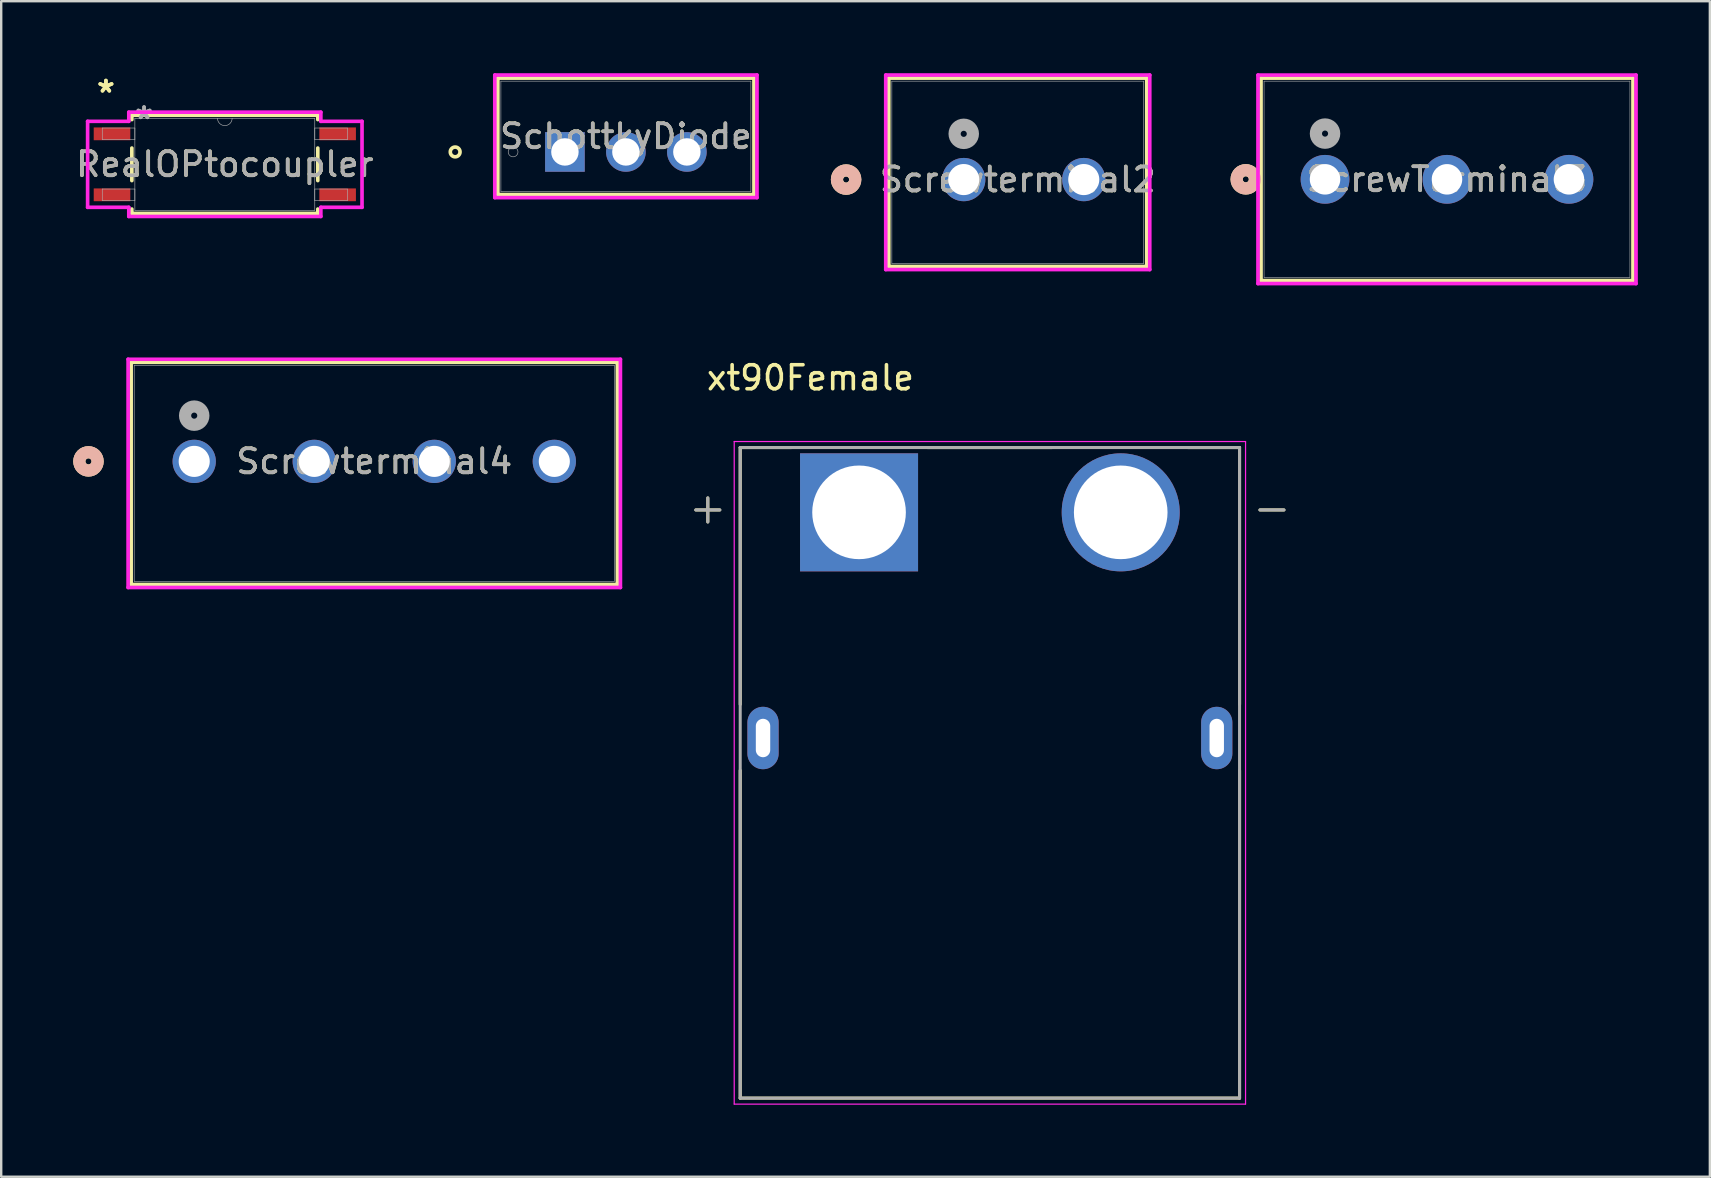
<source format=kicad_pcb>
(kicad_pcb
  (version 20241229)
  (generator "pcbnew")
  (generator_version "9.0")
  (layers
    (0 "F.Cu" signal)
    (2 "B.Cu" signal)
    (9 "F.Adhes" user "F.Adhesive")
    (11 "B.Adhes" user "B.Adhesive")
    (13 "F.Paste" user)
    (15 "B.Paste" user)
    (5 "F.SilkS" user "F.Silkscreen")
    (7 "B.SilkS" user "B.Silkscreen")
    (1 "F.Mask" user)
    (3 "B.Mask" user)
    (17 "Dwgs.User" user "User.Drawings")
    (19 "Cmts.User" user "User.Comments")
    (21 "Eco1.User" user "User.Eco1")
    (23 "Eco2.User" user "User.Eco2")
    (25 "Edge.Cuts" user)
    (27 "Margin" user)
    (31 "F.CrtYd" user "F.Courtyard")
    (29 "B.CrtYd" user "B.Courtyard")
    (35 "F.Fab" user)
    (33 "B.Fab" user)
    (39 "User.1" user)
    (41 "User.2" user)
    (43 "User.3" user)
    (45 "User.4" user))
  (footprint "xt90Female"
    (layer "F.Cu")
    (at 38.184 27.692)
    (property "Reference" "xt90Female" (at -7.475 -15.005 0) (layer "F.SilkS") (effects (font (size 1 1) (thickness 0.15))))
    (attr through_hole)
    (fp_line (start -11.75 -9) (end -11.75 -10) (stroke (width 0.127) (type solid)) (layer "F.SilkS"))
    (fp_line (start -11.25 -9.5) (end -12.25 -9.5) (stroke (width 0.127) (type solid)) (layer "F.SilkS"))
    (fp_line (start -10.4 -12.1) (end -10.4 -1.4) (stroke (width 0.127) (type solid)) (layer "F.SilkS"))
    (fp_line (start -10.4 1.35) (end -10.4 15) (stroke (width 0.127) (type solid)) (layer "F.SilkS"))
    (fp_line (start -10.4 15) (end 10.4 15) (stroke (width 0.127) (type solid)) (layer "F.SilkS"))
    (fp_line (start -8.25 -12.1) (end -10.4 -12.1) (stroke (width 0.127) (type solid)) (layer "F.SilkS"))
    (fp_line (start -2.6 -12.1) (end 2.6 -12.1) (stroke (width 0.127) (type solid)) (layer "F.SilkS"))
    (fp_line (start 10.4 -12.1) (end 8.25 -12.1) (stroke (width 0.127) (type solid)) (layer "F.SilkS"))
    (fp_line (start 10.4 -1.4) (end 10.4 -12.1) (stroke (width 0.127) (type solid)) (layer "F.SilkS"))
    (fp_line (start 10.4 15) (end 10.4 1.35) (stroke (width 0.127) (type solid)) (layer "F.SilkS"))
    (fp_line (start 11.25 -9.5) (end 12.25 -9.5) (stroke (width 0.127) (type solid)) (layer "F.SilkS"))
    (fp_line (start -10.65 -12.35) (end 10.65 -12.35) (stroke (width 0.05) (type solid)) (layer "F.CrtYd"))
    (fp_line (start -10.65 15.25) (end -10.65 -12.35) (stroke (width 0.05) (type solid)) (layer "F.CrtYd"))
    (fp_line (start 10.65 -12.35) (end 10.65 15.25) (stroke (width 0.05) (type solid)) (layer "F.CrtYd"))
    (fp_line (start 10.65 15.25) (end -10.65 15.25) (stroke (width 0.05) (type solid)) (layer "F.CrtYd"))
    (fp_line (start -11.75 -9) (end -11.75 -10) (stroke (width 0.127) (type solid)) (layer "F.Fab"))
    (fp_line (start -11.25 -9.5) (end -12.25 -9.5) (stroke (width 0.127) (type solid)) (layer "F.Fab"))
    (fp_line (start -10.4 -12.1) (end 10.4 -12.1) (stroke (width 0.127) (type solid)) (layer "F.Fab"))
    (fp_line (start -10.4 15) (end -10.4 -12.1) (stroke (width 0.127) (type solid)) (layer "F.Fab"))
    (fp_line (start 10.4 -12.1) (end 10.4 15) (stroke (width 0.127) (type solid)) (layer "F.Fab"))
    (fp_line (start 10.4 15) (end -10.4 15) (stroke (width 0.127) (type solid)) (layer "F.Fab"))
    (fp_line (start 12.25 -9.5) (end 11.25 -9.5) (stroke (width 0.127) (type solid)) (layer "F.Fab"))
    (pad "N" thru_hole circle (at 5.45 -9.4) (size 4.916 4.916) (drill 3.9) (layers "*.Cu" "*.Mask"))
    (pad "P" thru_hole rect (at -5.45 -9.4) (size 4.916 4.916) (drill 3.9) (layers "*.Cu" "*.Mask"))
    (pad "S1" thru_hole oval (at -9.45 0) (size 1.3 2.6) (drill oval 0.6 1.6) (layers "*.Cu" "*.Mask"))
    (pad "S2" thru_hole oval (at 9.45 0) (size 1.3 2.6) (drill oval 0.6 1.6) (layers "*.Cu" "*.Mask")))
  (footprint "Screwterminal4"
    (layer "F.Cu")
    (at 5.04 16.169)
    (property "Reference" "Screwterminal4" (at 7.5 0 0) (unlocked yes) (layer "F.SilkS") (effects (font (size 1 1) (thickness 0.15))))
    (attr through_hole)
    (fp_line (start -2.627 -4.127) (end -2.627 5.127) (stroke (width 0.152) (type solid)) (layer "F.SilkS"))
    (fp_line (start -2.627 5.127) (end 17.627 5.127) (stroke (width 0.152) (type solid)) (layer "F.SilkS"))
    (fp_line (start 17.627 -4.127) (end -2.627 -4.127) (stroke (width 0.152) (type solid)) (layer "F.SilkS"))
    (fp_line (start 17.627 5.127) (end 17.627 -4.127) (stroke (width 0.152) (type solid)) (layer "F.SilkS"))
    (fp_circle (center -4.405 0) (end -4.024 0) (stroke (width 0.508) (type solid)) (fill no) (layer "F.SilkS"))
    (fp_circle (center -4.405 0) (end -4.024 0) (stroke (width 0.508) (type solid)) (fill no) (layer "B.SilkS"))
    (fp_line (start -2.754 -4.254) (end -2.754 5.254) (stroke (width 0.152) (type solid)) (layer "F.CrtYd"))
    (fp_line (start -2.754 5.254) (end 17.754 5.254) (stroke (width 0.152) (type solid)) (layer "F.CrtYd"))
    (fp_line (start 17.754 -4.254) (end -2.754 -4.254) (stroke (width 0.152) (type solid)) (layer "F.CrtYd"))
    (fp_line (start 17.754 5.254) (end 17.754 -4.254) (stroke (width 0.152) (type solid)) (layer "F.CrtYd"))
    (fp_line (start -2.5 -4) (end -2.5 5) (stroke (width 0.025) (type solid)) (layer "F.Fab"))
    (fp_line (start -2.5 5) (end 17.5 5) (stroke (width 0.025) (type solid)) (layer "F.Fab"))
    (fp_line (start 17.5 -4) (end -2.5 -4) (stroke (width 0.025) (type solid)) (layer "F.Fab"))
    (fp_line (start 17.5 5) (end 17.5 -4) (stroke (width 0.025) (type solid)) (layer "F.Fab"))
    (fp_circle (center 0 -1.905) (end 0.381 -1.905) (stroke (width 0.508) (type solid)) (fill no) (layer "F.Fab"))
    (fp_text user "${REFERENCE}" (at 7.5 0 0) (unlocked yes) (layer "F.Fab") (effects (font (size 1 1) (thickness 0.15))))
    (pad "1" thru_hole circle (at 0 0) (size 1.803 1.803) (drill 1.295) (layers "*.Cu" "*.Mask"))
    (pad "2" thru_hole circle (at 5 0) (size 1.803 1.803) (drill 1.295) (layers "*.Cu" "*.Mask"))
    (pad "3" thru_hole circle (at 10 0) (size 1.803 1.803) (drill 1.295) (layers "*.Cu" "*.Mask"))
    (pad "4" thru_hole circle (at 15 0) (size 1.803 1.803) (drill 1.295) (layers "*.Cu" "*.Mask")))
  (footprint "SchottkyDiode"
    (layer "F.Cu")
    (at 20.482 3.279)
    (property "Reference" "SchottkyDiode" (at 2.54 -0.65 0) (unlocked yes) (layer "F.SilkS") (effects (font (size 1 1) (thickness 0.15))))
    (attr through_hole)
    (fp_line (start -2.794 -3.076) (end -2.794 1.776) (stroke (width 0.152) (type solid)) (layer "F.SilkS"))
    (fp_line (start -2.794 1.776) (end 7.874 1.776) (stroke (width 0.152) (type solid)) (layer "F.SilkS"))
    (fp_line (start 7.874 -3.076) (end -2.794 -3.076) (stroke (width 0.152) (type solid)) (layer "F.SilkS"))
    (fp_line (start 7.874 1.776) (end 7.874 -3.076) (stroke (width 0.152) (type solid)) (layer "F.SilkS"))
    (fp_circle (center -4.572 0) (end -4.369 0) (stroke (width 0.152) (type solid)) (fill no) (layer "F.SilkS"))
    (fp_line (start -2.921 -3.203) (end 8.001 -3.203) (stroke (width 0.152) (type solid)) (layer "F.CrtYd"))
    (fp_line (start -2.921 1.903) (end -2.921 -3.203) (stroke (width 0.152) (type solid)) (layer "F.CrtYd"))
    (fp_line (start 8.001 -3.203) (end 8.001 1.903) (stroke (width 0.152) (type solid)) (layer "F.CrtYd"))
    (fp_line (start 8.001 1.903) (end -2.921 1.903) (stroke (width 0.152) (type solid)) (layer "F.CrtYd"))
    (fp_line (start -2.667 -2.949) (end -2.667 1.649) (stroke (width 0.025) (type solid)) (layer "F.Fab"))
    (fp_line (start -2.667 1.649) (end 7.747 1.649) (stroke (width 0.025) (type solid)) (layer "F.Fab"))
    (fp_line (start -0.254 0) (end 0.254 0) (stroke (width 0.152) (type solid)) (layer "F.Fab"))
    (fp_line (start 0 0.254) (end 0 -0.254) (stroke (width 0.152) (type solid)) (layer "F.Fab"))
    (fp_line (start 7.747 -2.949) (end -2.667 -2.949) (stroke (width 0.025) (type solid)) (layer "F.Fab"))
    (fp_line (start 7.747 1.649) (end 7.747 -2.949) (stroke (width 0.025) (type solid)) (layer "F.Fab"))
    (fp_circle (center -2.159 0) (end -1.956 0) (stroke (width 0.025) (type solid)) (fill no) (layer "F.Fab"))
    (fp_text user "${REFERENCE}" (at 2.54 -0.65 0) (unlocked yes) (layer "F.Fab") (effects (font (size 1 1) (thickness 0.15))))
    (pad "1" thru_hole rect (at 0 0) (size 1.651 1.651) (drill 1.143) (layers "*.Cu" "*.Mask"))
    (pad "2" thru_hole circle (at 2.54 0) (size 1.651 1.651) (drill 1.143) (layers "*.Cu" "*.Mask"))
    (pad "3" thru_hole circle (at 5.08 0) (size 1.651 1.651) (drill 1.143) (layers "*.Cu" "*.Mask")))
  (footprint "Screwterminal2"
    (layer "F.Cu")
    (at 37.095 4.43)
    (property "Reference" "Screwterminal2" (at 2.25 0 0) (unlocked yes) (layer "F.SilkS") (effects (font (size 1 1) (thickness 0.15))))
    (attr through_hole)
    (fp_line (start -3.122 -4.227) (end -3.122 3.622) (stroke (width 0.152) (type solid)) (layer "F.SilkS"))
    (fp_line (start -3.122 3.622) (end 7.622 3.622) (stroke (width 0.152) (type solid)) (layer "F.SilkS"))
    (fp_line (start 7.622 -4.227) (end -3.122 -4.227) (stroke (width 0.152) (type solid)) (layer "F.SilkS"))
    (fp_line (start 7.622 3.622) (end 7.622 -4.227) (stroke (width 0.152) (type solid)) (layer "F.SilkS"))
    (fp_circle (center -4.9 0) (end -4.519 0) (stroke (width 0.508) (type solid)) (fill no) (layer "F.SilkS"))
    (fp_circle (center -4.9 0) (end -4.519 0) (stroke (width 0.508) (type solid)) (fill no) (layer "B.SilkS"))
    (fp_line (start -3.249 -4.354) (end -3.249 3.749) (stroke (width 0.152) (type solid)) (layer "F.CrtYd"))
    (fp_line (start -3.249 3.749) (end 7.749 3.749) (stroke (width 0.152) (type solid)) (layer "F.CrtYd"))
    (fp_line (start 7.749 -4.354) (end -3.249 -4.354) (stroke (width 0.152) (type solid)) (layer "F.CrtYd"))
    (fp_line (start 7.749 3.749) (end 7.749 -4.354) (stroke (width 0.152) (type solid)) (layer "F.CrtYd"))
    (fp_line (start -2.995 -4.1) (end -2.995 3.495) (stroke (width 0.025) (type solid)) (layer "F.Fab"))
    (fp_line (start -2.995 3.495) (end 7.495 3.495) (stroke (width 0.025) (type solid)) (layer "F.Fab"))
    (fp_line (start 7.495 -4.1) (end -2.995 -4.1) (stroke (width 0.025) (type solid)) (layer "F.Fab"))
    (fp_line (start 7.495 3.495) (end 7.495 -4.1) (stroke (width 0.025) (type solid)) (layer "F.Fab"))
    (fp_circle (center 0 -1.905) (end 0.381 -1.905) (stroke (width 0.508) (type solid)) (fill no) (layer "F.Fab"))
    (fp_text user "${REFERENCE}" (at 2.25 0 0) (unlocked yes) (layer "F.Fab") (effects (font (size 1 1) (thickness 0.15))))
    (pad "1" thru_hole circle (at 0 0) (size 1.803 1.803) (drill 1.295) (layers "*.Cu" "*.Mask"))
    (pad "2" thru_hole circle (at 5 0) (size 1.803 1.803) (drill 1.295) (layers "*.Cu" "*.Mask")))
  (footprint "ScrewTerminal3"
    (layer "F.Cu")
    (at 52.145 4.42)
    (property "Reference" "ScrewTerminal3" (at 5.08 0 0) (unlocked yes) (layer "F.SilkS") (effects (font (size 1 1) (thickness 0.15))))
    (attr through_hole)
    (fp_line (start -2.667 -4.216) (end -2.667 4.216) (stroke (width 0.152) (type solid)) (layer "F.SilkS"))
    (fp_line (start -2.667 4.216) (end 12.827 4.216) (stroke (width 0.152) (type solid)) (layer "F.SilkS"))
    (fp_line (start 12.827 -4.216) (end -2.667 -4.216) (stroke (width 0.152) (type solid)) (layer "F.SilkS"))
    (fp_line (start 12.827 4.216) (end 12.827 -4.216) (stroke (width 0.152) (type solid)) (layer "F.SilkS"))
    (fp_circle (center -3.302 0) (end -2.921 0) (stroke (width 0.508) (type solid)) (fill no) (layer "F.SilkS"))
    (fp_circle (center -3.302 0) (end -2.921 0) (stroke (width 0.508) (type solid)) (fill no) (layer "B.SilkS"))
    (fp_line (start -2.794 -4.343) (end -2.794 4.343) (stroke (width 0.152) (type solid)) (layer "F.CrtYd"))
    (fp_line (start -2.794 4.343) (end 12.954 4.343) (stroke (width 0.152) (type solid)) (layer "F.CrtYd"))
    (fp_line (start 12.954 -4.343) (end -2.794 -4.343) (stroke (width 0.152) (type solid)) (layer "F.CrtYd"))
    (fp_line (start 12.954 4.343) (end 12.954 -4.343) (stroke (width 0.152) (type solid)) (layer "F.CrtYd"))
    (fp_line (start -2.54 -4.089) (end -2.54 4.089) (stroke (width 0.025) (type solid)) (layer "F.Fab"))
    (fp_line (start -2.54 4.089) (end 12.7 4.089) (stroke (width 0.025) (type solid)) (layer "F.Fab"))
    (fp_line (start 12.7 -4.089) (end -2.54 -4.089) (stroke (width 0.025) (type solid)) (layer "F.Fab"))
    (fp_line (start 12.7 4.089) (end 12.7 -4.089) (stroke (width 0.025) (type solid)) (layer "F.Fab"))
    (fp_circle (center 0 -1.905) (end 0.381 -1.905) (stroke (width 0.508) (type solid)) (fill no) (layer "F.Fab"))
    (fp_text user "${REFERENCE}" (at 5.08 0 0) (unlocked yes) (layer "F.Fab") (effects (font (size 1 1) (thickness 0.15))))
    (pad "1" thru_hole circle (at 0 0) (size 2.032 2.032) (drill 1.27) (layers "*.Cu" "*.Mask"))
    (pad "2" thru_hole circle (at 5.08 0) (size 2.032 2.032) (drill 1.27) (layers "*.Cu" "*.Mask"))
    (pad "3" thru_hole circle (at 10.16 0) (size 2.032 2.032) (drill 1.27) (layers "*.Cu" "*.Mask")))
  (footprint "RealOPtocoupler"
    (layer "F.Cu")
    (at 6.315 3.795)
    (property "Reference" "RealOPtocoupler" (at 0 0 0) (unlocked yes) (layer "F.SilkS") (effects (font (size 1 1) (thickness 0.15))))
    (attr smd)
    (fp_line (start -3.873 -2.045) (end -3.873 -1.863) (stroke (width 0.152) (type solid)) (layer "F.SilkS"))
    (fp_line (start -3.873 -0.677) (end -3.873 0.677) (stroke (width 0.152) (type solid)) (layer "F.SilkS"))
    (fp_line (start -3.873 1.863) (end -3.873 2.045) (stroke (width 0.152) (type solid)) (layer "F.SilkS"))
    (fp_line (start -3.873 2.045) (end 3.873 2.045) (stroke (width 0.152) (type solid)) (layer "F.SilkS"))
    (fp_line (start 3.873 -2.045) (end -3.873 -2.045) (stroke (width 0.152) (type solid)) (layer "F.SilkS"))
    (fp_line (start 3.873 -1.863) (end 3.873 -2.045) (stroke (width 0.152) (type solid)) (layer "F.SilkS"))
    (fp_line (start 3.873 0.677) (end 3.873 -0.677) (stroke (width 0.152) (type solid)) (layer "F.SilkS"))
    (fp_line (start 3.873 2.045) (end 3.873 1.863) (stroke (width 0.152) (type solid)) (layer "F.SilkS"))
    (fp_line (start -5.715 -1.791) (end -4 -1.791) (stroke (width 0.152) (type solid)) (layer "F.CrtYd"))
    (fp_line (start -5.715 1.791) (end -5.715 -1.791) (stroke (width 0.152) (type solid)) (layer "F.CrtYd"))
    (fp_line (start -5.715 1.791) (end -4 1.791) (stroke (width 0.152) (type solid)) (layer "F.CrtYd"))
    (fp_line (start -4 -2.172) (end 4 -2.172) (stroke (width 0.152) (type solid)) (layer "F.CrtYd"))
    (fp_line (start -4 -1.791) (end -4 -2.172) (stroke (width 0.152) (type solid)) (layer "F.CrtYd"))
    (fp_line (start -4 2.172) (end -4 1.791) (stroke (width 0.152) (type solid)) (layer "F.CrtYd"))
    (fp_line (start 4 -2.172) (end 4 -1.791) (stroke (width 0.152) (type solid)) (layer "F.CrtYd"))
    (fp_line (start 4 1.791) (end 4 2.172) (stroke (width 0.152) (type solid)) (layer "F.CrtYd"))
    (fp_line (start 4 2.172) (end -4 2.172) (stroke (width 0.152) (type solid)) (layer "F.CrtYd"))
    (fp_line (start 5.715 -1.791) (end 4 -1.791) (stroke (width 0.152) (type solid)) (layer "F.CrtYd"))
    (fp_line (start 5.715 -1.791) (end 5.715 1.791) (stroke (width 0.152) (type solid)) (layer "F.CrtYd"))
    (fp_line (start 5.715 1.791) (end 4 1.791) (stroke (width 0.152) (type solid)) (layer "F.CrtYd"))
    (fp_line (start -5.105 -1.511) (end -5.105 -1.029) (stroke (width 0.025) (type solid)) (layer "F.Fab"))
    (fp_line (start -5.105 -1.029) (end -3.747 -1.029) (stroke (width 0.025) (type solid)) (layer "F.Fab"))
    (fp_line (start -5.105 1.029) (end -5.105 1.511) (stroke (width 0.025) (type solid)) (layer "F.Fab"))
    (fp_line (start -5.105 1.511) (end -3.747 1.511) (stroke (width 0.025) (type solid)) (layer "F.Fab"))
    (fp_line (start -3.747 -1.918) (end -3.747 1.918) (stroke (width 0.025) (type solid)) (layer "F.Fab"))
    (fp_line (start -3.747 -1.511) (end -5.105 -1.511) (stroke (width 0.025) (type solid)) (layer "F.Fab"))
    (fp_line (start -3.747 -1.029) (end -3.747 -1.511) (stroke (width 0.025) (type solid)) (layer "F.Fab"))
    (fp_line (start -3.747 1.029) (end -5.105 1.029) (stroke (width 0.025) (type solid)) (layer "F.Fab"))
    (fp_line (start -3.747 1.511) (end -3.747 1.029) (stroke (width 0.025) (type solid)) (layer "F.Fab"))
    (fp_line (start -3.747 1.918) (end 3.747 1.918) (stroke (width 0.025) (type solid)) (layer "F.Fab"))
    (fp_line (start 3.747 -1.918) (end -3.747 -1.918) (stroke (width 0.025) (type solid)) (layer "F.Fab"))
    (fp_line (start 3.747 -1.511) (end 3.747 -1.029) (stroke (width 0.025) (type solid)) (layer "F.Fab"))
    (fp_line (start 3.747 -1.029) (end 5.105 -1.029) (stroke (width 0.025) (type solid)) (layer "F.Fab"))
    (fp_line (start 3.747 1.029) (end 3.747 1.511) (stroke (width 0.025) (type solid)) (layer "F.Fab"))
    (fp_line (start 3.747 1.511) (end 5.105 1.511) (stroke (width 0.025) (type solid)) (layer "F.Fab"))
    (fp_line (start 3.747 1.918) (end 3.747 -1.918) (stroke (width 0.025) (type solid)) (layer "F.Fab"))
    (fp_line (start 5.105 -1.511) (end 3.747 -1.511) (stroke (width 0.025) (type solid)) (layer "F.Fab"))
    (fp_line (start 5.105 -1.029) (end 5.105 -1.511) (stroke (width 0.025) (type solid)) (layer "F.Fab"))
    (fp_line (start 5.105 1.029) (end 3.747 1.029) (stroke (width 0.025) (type solid)) (layer "F.Fab"))
    (fp_line (start 5.105 1.511) (end 5.105 1.029) (stroke (width 0.025) (type solid)) (layer "F.Fab"))
    (fp_arc (start 0.3048 -1.9177) (mid 0 -1.6129) (end -0.3048 -1.9177) (stroke (width 0.0254) (type solid)) (layer "F.Fab"))
    (fp_text user "*" (at -4.953 -2.946 0) (layer "F.SilkS") (effects (font (size 1 1) (thickness 0.15))))
    (fp_text user "*" (at -4.953 -2.946 0) (unlocked yes) (layer "F.SilkS") (effects (font (size 1 1) (thickness 0.15))))
    (fp_text user "*" (at -3.365 -1.841 0) (layer "F.Fab") (effects (font (size 1 1) (thickness 0.15))))
    (fp_text user "${REFERENCE}" (at 0 0 0) (unlocked yes) (layer "F.Fab") (effects (font (size 1 1) (thickness 0.15))))
    (fp_text user "*" (at -3.365 -1.841 0) (unlocked yes) (layer "F.Fab") (effects (font (size 1 1) (thickness 0.15))))
    (pad "1" smd rect (at -4.699 -1.27) (size 1.524 0.533) (layers "F.Cu" "F.Mask" "F.Paste"))
    (pad "2" smd rect (at -4.699 1.27) (size 1.524 0.533) (layers "F.Cu" "F.Mask" "F.Paste"))
    (pad "3" smd rect (at 4.699 1.27) (size 1.524 0.533) (layers "F.Cu" "F.Mask" "F.Paste"))
    (pad "4" smd rect (at 4.699 -1.27) (size 1.524 0.533) (layers "F.Cu" "F.Mask" "F.Paste")))
  (gr_rect
    (start -3 -3)
    (end 68.175 45.967)
    (stroke (width 0.1) (type default))
    (fill no)
    (layer "Edge.Cuts")))
</source>
